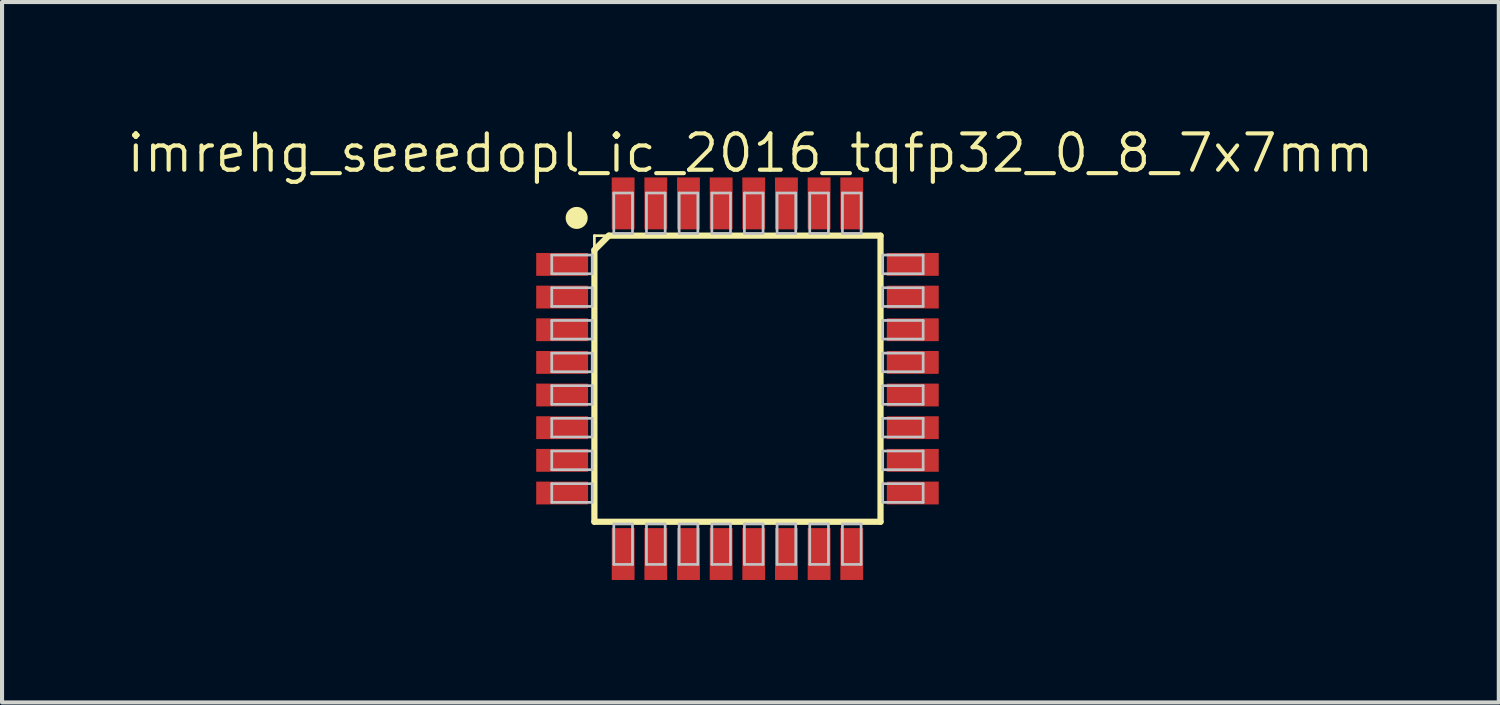
<source format=kicad_pcb>
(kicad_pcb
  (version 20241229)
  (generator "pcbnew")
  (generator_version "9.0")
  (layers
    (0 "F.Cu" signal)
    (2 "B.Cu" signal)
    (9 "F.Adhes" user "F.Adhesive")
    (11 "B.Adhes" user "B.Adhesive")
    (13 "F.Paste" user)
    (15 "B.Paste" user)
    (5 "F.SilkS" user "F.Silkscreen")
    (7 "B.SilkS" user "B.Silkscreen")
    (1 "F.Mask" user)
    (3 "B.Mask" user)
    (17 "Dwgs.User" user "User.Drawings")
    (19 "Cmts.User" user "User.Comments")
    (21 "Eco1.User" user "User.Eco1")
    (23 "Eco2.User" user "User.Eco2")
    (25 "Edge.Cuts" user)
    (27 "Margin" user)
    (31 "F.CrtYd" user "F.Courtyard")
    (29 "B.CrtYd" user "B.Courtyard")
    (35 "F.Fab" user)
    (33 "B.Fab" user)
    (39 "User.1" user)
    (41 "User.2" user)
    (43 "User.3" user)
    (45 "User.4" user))
  (footprint "imrehg_seeedopl_ic_2016_tqfp32_0_8_7x7mm"
    (layer "F.Cu")
    (at 15.007 6.223)
    (property "Reference" "imrehg_seeedopl_ic_2016_tqfp32_0_8_7x7mm" (at 0.318 -5.524 0) (layer "F.SilkS") (effects (font (size 0.889 0.889) (thickness 0.102))))
    (attr smd)
    (fp_line (start -3.503 -3.503) (end 3.503 -3.503) (stroke (width 0.066) (type solid)) (layer "F.SilkS"))
    (fp_line (start -3.503 3.503) (end -3.503 -3.503) (stroke (width 0.066) (type solid)) (layer "F.SilkS"))
    (fp_line (start -3.503 3.503) (end -3.503 -3.15) (stroke (width 0.152) (type solid)) (layer "F.SilkS"))
    (fp_line (start -3.503 3.503) (end 3.503 3.503) (stroke (width 0.066) (type solid)) (layer "F.SilkS"))
    (fp_line (start -3.15 -3.503) (end -3.503 -3.15) (stroke (width 0.152) (type solid)) (layer "F.SilkS"))
    (fp_line (start -3.15 -3.503) (end 3.503 -3.503) (stroke (width 0.152) (type solid)) (layer "F.SilkS"))
    (fp_line (start 3.503 -3.503) (end 3.503 3.503) (stroke (width 0.152) (type solid)) (layer "F.SilkS"))
    (fp_line (start 3.503 3.503) (end -3.503 3.503) (stroke (width 0.152) (type solid)) (layer "F.SilkS"))
    (fp_line (start 3.503 3.503) (end 3.503 -3.503) (stroke (width 0.066) (type solid)) (layer "F.SilkS"))
    (fp_circle (center -3.937 -3.937) (end -4.128 -4.128) (stroke (width 0) (type solid)) (fill yes) (layer "F.SilkS"))
    (fp_line (start -4.547 -3.028) (end -3.556 -3.028) (stroke (width 0.066) (type solid)) (layer "Dwgs.User"))
    (fp_line (start -4.547 -2.57) (end -4.547 -3.028) (stroke (width 0.066) (type solid)) (layer "Dwgs.User"))
    (fp_line (start -4.547 -2.57) (end -3.556 -2.57) (stroke (width 0.066) (type solid)) (layer "Dwgs.User"))
    (fp_line (start -4.547 -2.228) (end -3.556 -2.228) (stroke (width 0.066) (type solid)) (layer "Dwgs.User"))
    (fp_line (start -4.547 -1.77) (end -4.547 -2.228) (stroke (width 0.066) (type solid)) (layer "Dwgs.User"))
    (fp_line (start -4.547 -1.77) (end -3.556 -1.77) (stroke (width 0.066) (type solid)) (layer "Dwgs.User"))
    (fp_line (start -4.547 -1.427) (end -3.556 -1.427) (stroke (width 0.066) (type solid)) (layer "Dwgs.User"))
    (fp_line (start -4.547 -0.97) (end -4.547 -1.427) (stroke (width 0.066) (type solid)) (layer "Dwgs.User"))
    (fp_line (start -4.547 -0.97) (end -3.556 -0.97) (stroke (width 0.066) (type solid)) (layer "Dwgs.User"))
    (fp_line (start -4.547 -0.627) (end -3.556 -0.627) (stroke (width 0.066) (type solid)) (layer "Dwgs.User"))
    (fp_line (start -4.547 -0.17) (end -4.547 -0.627) (stroke (width 0.066) (type solid)) (layer "Dwgs.User"))
    (fp_line (start -4.547 -0.17) (end -3.556 -0.17) (stroke (width 0.066) (type solid)) (layer "Dwgs.User"))
    (fp_line (start -4.547 0.17) (end -3.556 0.17) (stroke (width 0.066) (type solid)) (layer "Dwgs.User"))
    (fp_line (start -4.547 0.627) (end -4.547 0.17) (stroke (width 0.066) (type solid)) (layer "Dwgs.User"))
    (fp_line (start -4.547 0.627) (end -3.556 0.627) (stroke (width 0.066) (type solid)) (layer "Dwgs.User"))
    (fp_line (start -4.547 0.97) (end -3.556 0.97) (stroke (width 0.066) (type solid)) (layer "Dwgs.User"))
    (fp_line (start -4.547 1.427) (end -4.547 0.97) (stroke (width 0.066) (type solid)) (layer "Dwgs.User"))
    (fp_line (start -4.547 1.427) (end -3.556 1.427) (stroke (width 0.066) (type solid)) (layer "Dwgs.User"))
    (fp_line (start -4.547 1.77) (end -3.556 1.77) (stroke (width 0.066) (type solid)) (layer "Dwgs.User"))
    (fp_line (start -4.547 2.228) (end -4.547 1.77) (stroke (width 0.066) (type solid)) (layer "Dwgs.User"))
    (fp_line (start -4.547 2.228) (end -3.556 2.228) (stroke (width 0.066) (type solid)) (layer "Dwgs.User"))
    (fp_line (start -4.547 2.57) (end -3.556 2.57) (stroke (width 0.066) (type solid)) (layer "Dwgs.User"))
    (fp_line (start -4.547 3.028) (end -4.547 2.57) (stroke (width 0.066) (type solid)) (layer "Dwgs.User"))
    (fp_line (start -4.547 3.028) (end -3.556 3.028) (stroke (width 0.066) (type solid)) (layer "Dwgs.User"))
    (fp_line (start -3.556 -2.57) (end -3.556 -3.028) (stroke (width 0.066) (type solid)) (layer "Dwgs.User"))
    (fp_line (start -3.556 -1.77) (end -3.556 -2.228) (stroke (width 0.066) (type solid)) (layer "Dwgs.User"))
    (fp_line (start -3.556 -0.97) (end -3.556 -1.427) (stroke (width 0.066) (type solid)) (layer "Dwgs.User"))
    (fp_line (start -3.556 -0.17) (end -3.556 -0.627) (stroke (width 0.066) (type solid)) (layer "Dwgs.User"))
    (fp_line (start -3.556 0.627) (end -3.556 0.17) (stroke (width 0.066) (type solid)) (layer "Dwgs.User"))
    (fp_line (start -3.556 1.427) (end -3.556 0.97) (stroke (width 0.066) (type solid)) (layer "Dwgs.User"))
    (fp_line (start -3.556 2.228) (end -3.556 1.77) (stroke (width 0.066) (type solid)) (layer "Dwgs.User"))
    (fp_line (start -3.556 3.028) (end -3.556 2.57) (stroke (width 0.066) (type solid)) (layer "Dwgs.User"))
    (fp_line (start -3.028 -4.547) (end -2.57 -4.547) (stroke (width 0.066) (type solid)) (layer "Dwgs.User"))
    (fp_line (start -3.028 -3.556) (end -3.028 -4.547) (stroke (width 0.066) (type solid)) (layer "Dwgs.User"))
    (fp_line (start -3.028 -3.556) (end -2.57 -3.556) (stroke (width 0.066) (type solid)) (layer "Dwgs.User"))
    (fp_line (start -3.028 3.556) (end -2.57 3.556) (stroke (width 0.066) (type solid)) (layer "Dwgs.User"))
    (fp_line (start -3.028 4.547) (end -3.028 3.556) (stroke (width 0.066) (type solid)) (layer "Dwgs.User"))
    (fp_line (start -3.028 4.547) (end -2.57 4.547) (stroke (width 0.066) (type solid)) (layer "Dwgs.User"))
    (fp_line (start -2.57 -3.556) (end -2.57 -4.547) (stroke (width 0.066) (type solid)) (layer "Dwgs.User"))
    (fp_line (start -2.57 4.547) (end -2.57 3.556) (stroke (width 0.066) (type solid)) (layer "Dwgs.User"))
    (fp_line (start -2.228 -4.547) (end -1.77 -4.547) (stroke (width 0.066) (type solid)) (layer "Dwgs.User"))
    (fp_line (start -2.228 -3.556) (end -2.228 -4.547) (stroke (width 0.066) (type solid)) (layer "Dwgs.User"))
    (fp_line (start -2.228 -3.556) (end -1.77 -3.556) (stroke (width 0.066) (type solid)) (layer "Dwgs.User"))
    (fp_line (start -2.228 3.556) (end -1.77 3.556) (stroke (width 0.066) (type solid)) (layer "Dwgs.User"))
    (fp_line (start -2.228 4.547) (end -2.228 3.556) (stroke (width 0.066) (type solid)) (layer "Dwgs.User"))
    (fp_line (start -2.228 4.547) (end -1.77 4.547) (stroke (width 0.066) (type solid)) (layer "Dwgs.User"))
    (fp_line (start -1.77 -3.556) (end -1.77 -4.547) (stroke (width 0.066) (type solid)) (layer "Dwgs.User"))
    (fp_line (start -1.77 4.547) (end -1.77 3.556) (stroke (width 0.066) (type solid)) (layer "Dwgs.User"))
    (fp_line (start -1.427 -4.547) (end -0.97 -4.547) (stroke (width 0.066) (type solid)) (layer "Dwgs.User"))
    (fp_line (start -1.427 -3.556) (end -1.427 -4.547) (stroke (width 0.066) (type solid)) (layer "Dwgs.User"))
    (fp_line (start -1.427 -3.556) (end -0.97 -3.556) (stroke (width 0.066) (type solid)) (layer "Dwgs.User"))
    (fp_line (start -1.427 3.556) (end -0.97 3.556) (stroke (width 0.066) (type solid)) (layer "Dwgs.User"))
    (fp_line (start -1.427 4.547) (end -1.427 3.556) (stroke (width 0.066) (type solid)) (layer "Dwgs.User"))
    (fp_line (start -1.427 4.547) (end -0.97 4.547) (stroke (width 0.066) (type solid)) (layer "Dwgs.User"))
    (fp_line (start -0.97 -3.556) (end -0.97 -4.547) (stroke (width 0.066) (type solid)) (layer "Dwgs.User"))
    (fp_line (start -0.97 4.547) (end -0.97 3.556) (stroke (width 0.066) (type solid)) (layer "Dwgs.User"))
    (fp_line (start -0.627 -4.547) (end -0.17 -4.547) (stroke (width 0.066) (type solid)) (layer "Dwgs.User"))
    (fp_line (start -0.627 -3.556) (end -0.627 -4.547) (stroke (width 0.066) (type solid)) (layer "Dwgs.User"))
    (fp_line (start -0.627 -3.556) (end -0.17 -3.556) (stroke (width 0.066) (type solid)) (layer "Dwgs.User"))
    (fp_line (start -0.627 3.556) (end -0.17 3.556) (stroke (width 0.066) (type solid)) (layer "Dwgs.User"))
    (fp_line (start -0.627 4.547) (end -0.627 3.556) (stroke (width 0.066) (type solid)) (layer "Dwgs.User"))
    (fp_line (start -0.627 4.547) (end -0.17 4.547) (stroke (width 0.066) (type solid)) (layer "Dwgs.User"))
    (fp_line (start -0.17 -3.556) (end -0.17 -4.547) (stroke (width 0.066) (type solid)) (layer "Dwgs.User"))
    (fp_line (start -0.17 4.547) (end -0.17 3.556) (stroke (width 0.066) (type solid)) (layer "Dwgs.User"))
    (fp_line (start 0.17 -4.547) (end 0.627 -4.547) (stroke (width 0.066) (type solid)) (layer "Dwgs.User"))
    (fp_line (start 0.17 -3.556) (end 0.17 -4.547) (stroke (width 0.066) (type solid)) (layer "Dwgs.User"))
    (fp_line (start 0.17 -3.556) (end 0.627 -3.556) (stroke (width 0.066) (type solid)) (layer "Dwgs.User"))
    (fp_line (start 0.17 3.556) (end 0.627 3.556) (stroke (width 0.066) (type solid)) (layer "Dwgs.User"))
    (fp_line (start 0.17 4.547) (end 0.17 3.556) (stroke (width 0.066) (type solid)) (layer "Dwgs.User"))
    (fp_line (start 0.17 4.547) (end 0.627 4.547) (stroke (width 0.066) (type solid)) (layer "Dwgs.User"))
    (fp_line (start 0.627 -3.556) (end 0.627 -4.547) (stroke (width 0.066) (type solid)) (layer "Dwgs.User"))
    (fp_line (start 0.627 4.547) (end 0.627 3.556) (stroke (width 0.066) (type solid)) (layer "Dwgs.User"))
    (fp_line (start 0.97 -4.547) (end 1.427 -4.547) (stroke (width 0.066) (type solid)) (layer "Dwgs.User"))
    (fp_line (start 0.97 -3.556) (end 0.97 -4.547) (stroke (width 0.066) (type solid)) (layer "Dwgs.User"))
    (fp_line (start 0.97 -3.556) (end 1.427 -3.556) (stroke (width 0.066) (type solid)) (layer "Dwgs.User"))
    (fp_line (start 0.97 3.556) (end 1.427 3.556) (stroke (width 0.066) (type solid)) (layer "Dwgs.User"))
    (fp_line (start 0.97 4.547) (end 0.97 3.556) (stroke (width 0.066) (type solid)) (layer "Dwgs.User"))
    (fp_line (start 0.97 4.547) (end 1.427 4.547) (stroke (width 0.066) (type solid)) (layer "Dwgs.User"))
    (fp_line (start 1.427 -3.556) (end 1.427 -4.547) (stroke (width 0.066) (type solid)) (layer "Dwgs.User"))
    (fp_line (start 1.427 4.547) (end 1.427 3.556) (stroke (width 0.066) (type solid)) (layer "Dwgs.User"))
    (fp_line (start 1.77 -4.547) (end 2.228 -4.547) (stroke (width 0.066) (type solid)) (layer "Dwgs.User"))
    (fp_line (start 1.77 -3.556) (end 1.77 -4.547) (stroke (width 0.066) (type solid)) (layer "Dwgs.User"))
    (fp_line (start 1.77 -3.556) (end 2.228 -3.556) (stroke (width 0.066) (type solid)) (layer "Dwgs.User"))
    (fp_line (start 1.77 3.556) (end 2.228 3.556) (stroke (width 0.066) (type solid)) (layer "Dwgs.User"))
    (fp_line (start 1.77 4.547) (end 1.77 3.556) (stroke (width 0.066) (type solid)) (layer "Dwgs.User"))
    (fp_line (start 1.77 4.547) (end 2.228 4.547) (stroke (width 0.066) (type solid)) (layer "Dwgs.User"))
    (fp_line (start 2.228 -3.556) (end 2.228 -4.547) (stroke (width 0.066) (type solid)) (layer "Dwgs.User"))
    (fp_line (start 2.228 4.547) (end 2.228 3.556) (stroke (width 0.066) (type solid)) (layer "Dwgs.User"))
    (fp_line (start 2.57 -4.547) (end 3.028 -4.547) (stroke (width 0.066) (type solid)) (layer "Dwgs.User"))
    (fp_line (start 2.57 -3.556) (end 2.57 -4.547) (stroke (width 0.066) (type solid)) (layer "Dwgs.User"))
    (fp_line (start 2.57 -3.556) (end 3.028 -3.556) (stroke (width 0.066) (type solid)) (layer "Dwgs.User"))
    (fp_line (start 2.57 3.556) (end 3.028 3.556) (stroke (width 0.066) (type solid)) (layer "Dwgs.User"))
    (fp_line (start 2.57 4.547) (end 2.57 3.556) (stroke (width 0.066) (type solid)) (layer "Dwgs.User"))
    (fp_line (start 2.57 4.547) (end 3.028 4.547) (stroke (width 0.066) (type solid)) (layer "Dwgs.User"))
    (fp_line (start 3.028 -3.556) (end 3.028 -4.547) (stroke (width 0.066) (type solid)) (layer "Dwgs.User"))
    (fp_line (start 3.028 4.547) (end 3.028 3.556) (stroke (width 0.066) (type solid)) (layer "Dwgs.User"))
    (fp_line (start 3.556 -3.028) (end 4.547 -3.028) (stroke (width 0.066) (type solid)) (layer "Dwgs.User"))
    (fp_line (start 3.556 -2.57) (end 3.556 -3.028) (stroke (width 0.066) (type solid)) (layer "Dwgs.User"))
    (fp_line (start 3.556 -2.57) (end 4.547 -2.57) (stroke (width 0.066) (type solid)) (layer "Dwgs.User"))
    (fp_line (start 3.556 -2.228) (end 4.547 -2.228) (stroke (width 0.066) (type solid)) (layer "Dwgs.User"))
    (fp_line (start 3.556 -1.77) (end 3.556 -2.228) (stroke (width 0.066) (type solid)) (layer "Dwgs.User"))
    (fp_line (start 3.556 -1.77) (end 4.547 -1.77) (stroke (width 0.066) (type solid)) (layer "Dwgs.User"))
    (fp_line (start 3.556 -1.427) (end 4.547 -1.427) (stroke (width 0.066) (type solid)) (layer "Dwgs.User"))
    (fp_line (start 3.556 -0.97) (end 3.556 -1.427) (stroke (width 0.066) (type solid)) (layer "Dwgs.User"))
    (fp_line (start 3.556 -0.97) (end 4.547 -0.97) (stroke (width 0.066) (type solid)) (layer "Dwgs.User"))
    (fp_line (start 3.556 -0.627) (end 4.547 -0.627) (stroke (width 0.066) (type solid)) (layer "Dwgs.User"))
    (fp_line (start 3.556 -0.17) (end 3.556 -0.627) (stroke (width 0.066) (type solid)) (layer "Dwgs.User"))
    (fp_line (start 3.556 -0.17) (end 4.547 -0.17) (stroke (width 0.066) (type solid)) (layer "Dwgs.User"))
    (fp_line (start 3.556 0.17) (end 4.547 0.17) (stroke (width 0.066) (type solid)) (layer "Dwgs.User"))
    (fp_line (start 3.556 0.627) (end 3.556 0.17) (stroke (width 0.066) (type solid)) (layer "Dwgs.User"))
    (fp_line (start 3.556 0.627) (end 4.547 0.627) (stroke (width 0.066) (type solid)) (layer "Dwgs.User"))
    (fp_line (start 3.556 0.97) (end 4.547 0.97) (stroke (width 0.066) (type solid)) (layer "Dwgs.User"))
    (fp_line (start 3.556 1.427) (end 3.556 0.97) (stroke (width 0.066) (type solid)) (layer "Dwgs.User"))
    (fp_line (start 3.556 1.427) (end 4.547 1.427) (stroke (width 0.066) (type solid)) (layer "Dwgs.User"))
    (fp_line (start 3.556 1.77) (end 4.547 1.77) (stroke (width 0.066) (type solid)) (layer "Dwgs.User"))
    (fp_line (start 3.556 2.228) (end 3.556 1.77) (stroke (width 0.066) (type solid)) (layer "Dwgs.User"))
    (fp_line (start 3.556 2.228) (end 4.547 2.228) (stroke (width 0.066) (type solid)) (layer "Dwgs.User"))
    (fp_line (start 3.556 2.57) (end 4.547 2.57) (stroke (width 0.066) (type solid)) (layer "Dwgs.User"))
    (fp_line (start 3.556 3.028) (end 3.556 2.57) (stroke (width 0.066) (type solid)) (layer "Dwgs.User"))
    (fp_line (start 3.556 3.028) (end 4.547 3.028) (stroke (width 0.066) (type solid)) (layer "Dwgs.User"))
    (fp_line (start 4.547 -2.57) (end 4.547 -3.028) (stroke (width 0.066) (type solid)) (layer "Dwgs.User"))
    (fp_line (start 4.547 -1.77) (end 4.547 -2.228) (stroke (width 0.066) (type solid)) (layer "Dwgs.User"))
    (fp_line (start 4.547 -0.97) (end 4.547 -1.427) (stroke (width 0.066) (type solid)) (layer "Dwgs.User"))
    (fp_line (start 4.547 -0.17) (end 4.547 -0.627) (stroke (width 0.066) (type solid)) (layer "Dwgs.User"))
    (fp_line (start 4.547 0.627) (end 4.547 0.17) (stroke (width 0.066) (type solid)) (layer "Dwgs.User"))
    (fp_line (start 4.547 1.427) (end 4.547 0.97) (stroke (width 0.066) (type solid)) (layer "Dwgs.User"))
    (fp_line (start 4.547 2.228) (end 4.547 1.77) (stroke (width 0.066) (type solid)) (layer "Dwgs.User"))
    (fp_line (start 4.547 3.028) (end 4.547 2.57) (stroke (width 0.066) (type solid)) (layer "Dwgs.User"))
    (pad "1" smd rect (at -4.293 -2.799) (size 1.27 0.559) (layers "F.Cu" "F.Mask" "F.Paste"))
    (pad "2" smd rect (at -4.293 -1.999) (size 1.27 0.559) (layers "F.Cu" "F.Mask" "F.Paste"))
    (pad "3" smd rect (at -4.293 -1.199) (size 1.27 0.559) (layers "F.Cu" "F.Mask" "F.Paste"))
    (pad "4" smd rect (at -4.293 -0.399) (size 1.27 0.559) (layers "F.Cu" "F.Mask" "F.Paste"))
    (pad "5" smd rect (at -4.293 0.399) (size 1.27 0.559) (layers "F.Cu" "F.Mask" "F.Paste"))
    (pad "6" smd rect (at -4.293 1.199) (size 1.27 0.559) (layers "F.Cu" "F.Mask" "F.Paste"))
    (pad "7" smd rect (at -4.293 1.999) (size 1.27 0.559) (layers "F.Cu" "F.Mask" "F.Paste"))
    (pad "8" smd rect (at -4.293 2.799) (size 1.27 0.559) (layers "F.Cu" "F.Mask" "F.Paste"))
    (pad "9" smd rect (at -2.799 4.293) (size 0.559 1.27) (layers "F.Cu" "F.Mask" "F.Paste"))
    (pad "10" smd rect (at -1.999 4.293) (size 0.559 1.27) (layers "F.Cu" "F.Mask" "F.Paste"))
    (pad "11" smd rect (at -1.199 4.293) (size 0.559 1.27) (layers "F.Cu" "F.Mask" "F.Paste"))
    (pad "12" smd rect (at -0.399 4.293) (size 0.559 1.27) (layers "F.Cu" "F.Mask" "F.Paste"))
    (pad "13" smd rect (at 0.399 4.293) (size 0.559 1.27) (layers "F.Cu" "F.Mask" "F.Paste"))
    (pad "14" smd rect (at 1.199 4.293) (size 0.559 1.27) (layers "F.Cu" "F.Mask" "F.Paste"))
    (pad "15" smd rect (at 1.999 4.293) (size 0.559 1.27) (layers "F.Cu" "F.Mask" "F.Paste"))
    (pad "16" smd rect (at 2.799 4.293) (size 0.559 1.27) (layers "F.Cu" "F.Mask" "F.Paste"))
    (pad "17" smd rect (at 4.293 2.799) (size 1.27 0.559) (layers "F.Cu" "F.Mask" "F.Paste"))
    (pad "18" smd rect (at 4.293 1.999) (size 1.27 0.559) (layers "F.Cu" "F.Mask" "F.Paste"))
    (pad "19" smd rect (at 4.293 1.199) (size 1.27 0.559) (layers "F.Cu" "F.Mask" "F.Paste"))
    (pad "20" smd rect (at 4.293 0.399) (size 1.27 0.559) (layers "F.Cu" "F.Mask" "F.Paste"))
    (pad "21" smd rect (at 4.293 -0.399) (size 1.27 0.559) (layers "F.Cu" "F.Mask" "F.Paste"))
    (pad "22" smd rect (at 4.293 -1.199) (size 1.27 0.559) (layers "F.Cu" "F.Mask" "F.Paste"))
    (pad "23" smd rect (at 4.293 -1.999) (size 1.27 0.559) (layers "F.Cu" "F.Mask" "F.Paste"))
    (pad "24" smd rect (at 4.293 -2.799) (size 1.27 0.559) (layers "F.Cu" "F.Mask" "F.Paste"))
    (pad "25" smd rect (at 2.799 -4.293) (size 0.559 1.27) (layers "F.Cu" "F.Mask" "F.Paste"))
    (pad "26" smd rect (at 1.999 -4.293) (size 0.559 1.27) (layers "F.Cu" "F.Mask" "F.Paste"))
    (pad "27" smd rect (at 1.199 -4.293) (size 0.559 1.27) (layers "F.Cu" "F.Mask" "F.Paste"))
    (pad "28" smd rect (at 0.399 -4.293) (size 0.559 1.27) (layers "F.Cu" "F.Mask" "F.Paste"))
    (pad "29" smd rect (at -0.399 -4.293) (size 0.559 1.27) (layers "F.Cu" "F.Mask" "F.Paste"))
    (pad "30" smd rect (at -1.199 -4.293) (size 0.559 1.27) (layers "F.Cu" "F.Mask" "F.Paste"))
    (pad "31" smd rect (at -1.999 -4.293) (size 0.559 1.27) (layers "F.Cu" "F.Mask" "F.Paste"))
    (pad "32" smd rect (at -2.799 -4.293) (size 0.559 1.27) (layers "F.Cu" "F.Mask" "F.Paste")))
  (gr_rect
    (start -3 -3)
    (end 33.649 14.15)
    (stroke (width 0.1) (type default))
    (fill no)
    (layer "Edge.Cuts")))
</source>
